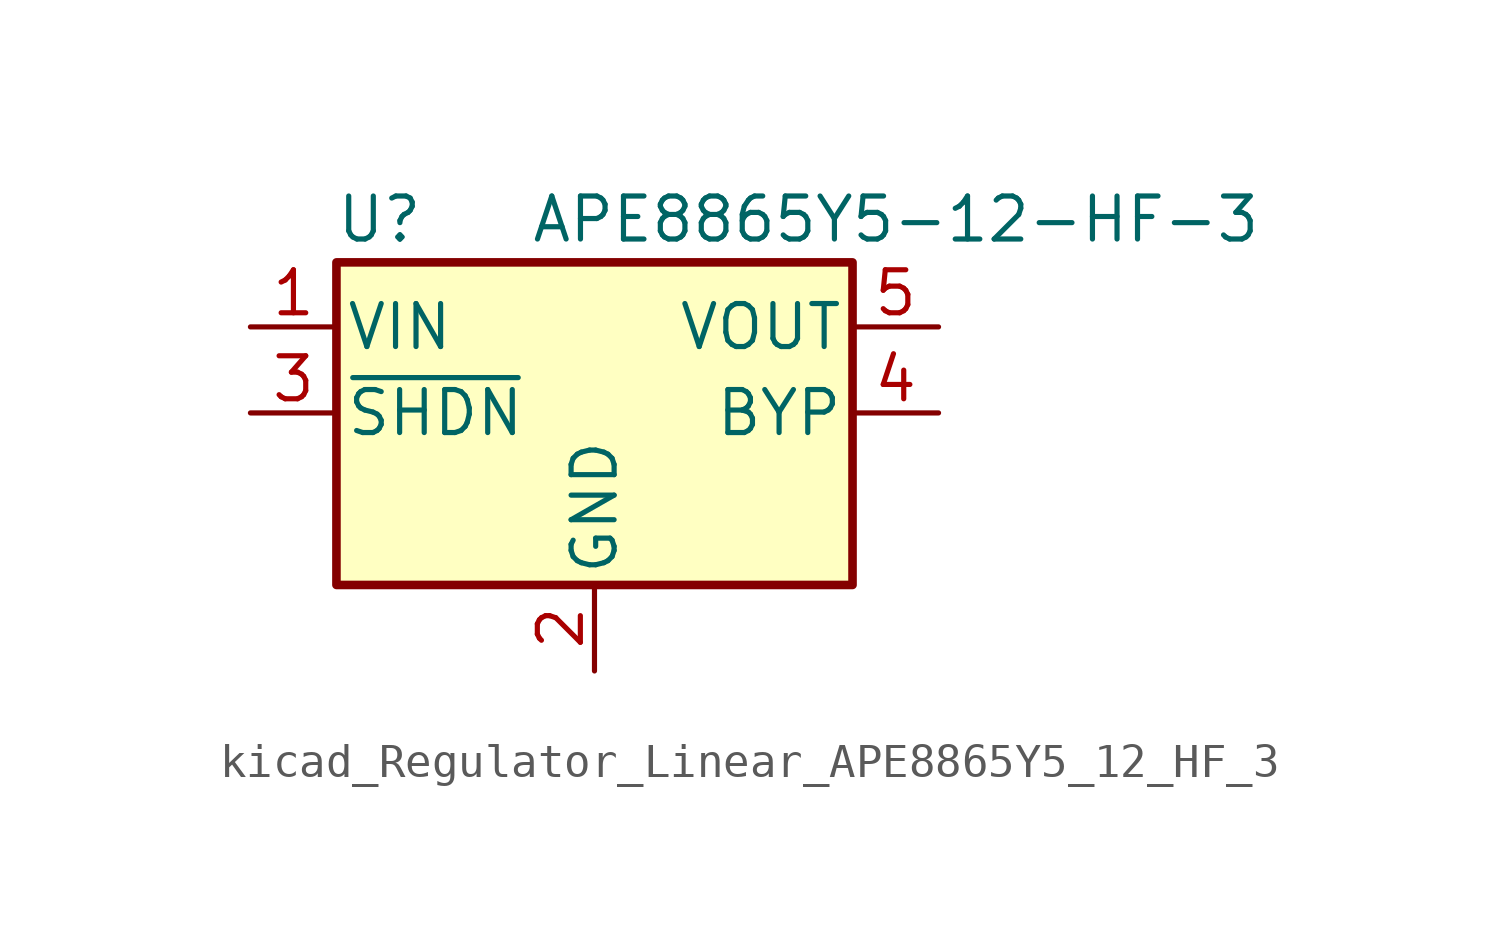
<source format=kicad_sym>
(kicad_symbol_lib
  (version 20220914)
  (generator kicad_symbol_editor)
  (symbol "kicad_Regulator_Linear_APE8865Y5_12_HF_3"
    (pin_names
      (offset 0.254))
    (property "Reference" "U"
      (at -6.35 5.715 0)
      (effects (font (size 1.27 1.27))))
    (property "Value" "APE8865Y5-12-HF-3"
      (at -1.905 5.715 0)
      (effects (font (size 1.27 1.27)) (justify left)))
    (symbol "kicad_Regulator_Linear_APE8865Y5_12_HF_3_0_1"
      (rectangle (start -7.62 4.445) (end 7.62 -5.08) (stroke (width 0.254) (type default)) (fill (type background))))
    (symbol "kicad_Regulator_Linear_APE8865Y5_12_HF_3_1_1"
      (pin power_in line (at -10.16 2.54 0) (length 2.54) (name "VIN" (effects (font (size 1.27 1.27)))) (number "1" (effects (font (size 1.27 1.27)))))
      (pin power_in line (at 0 -7.62 90) (length 2.54) (name "GND" (effects (font (size 1.27 1.27)))) (number "2" (effects (font (size 1.27 1.27)))))
      (pin input line (at -10.16 0 0) (length 2.54) (name "~{SHDN}" (effects (font (size 1.27 1.27)))) (number "3" (effects (font (size 1.27 1.27)))))
      (pin input line (at 10.16 0 180) (length 2.54) (name "BYP" (effects (font (size 1.27 1.27)))) (number "4" (effects (font (size 1.27 1.27)))))
      (pin power_out line (at 10.16 2.54 180) (length 2.54) (name "VOUT" (effects (font (size 1.27 1.27)))) (number "5" (effects (font (size 1.27 1.27))))))))
</source>
